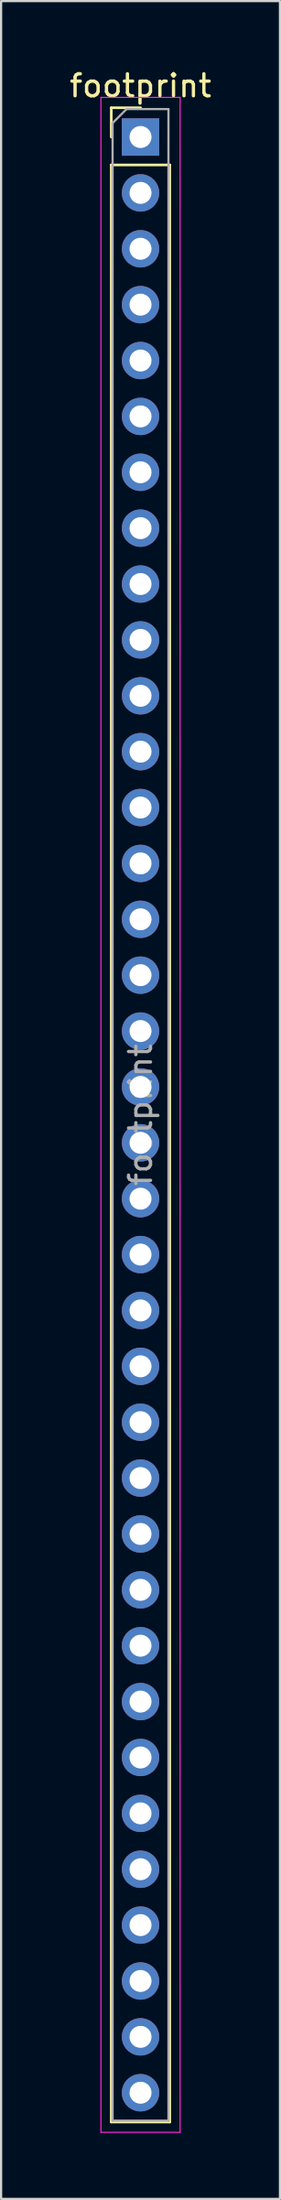
<source format=kicad_pcb>
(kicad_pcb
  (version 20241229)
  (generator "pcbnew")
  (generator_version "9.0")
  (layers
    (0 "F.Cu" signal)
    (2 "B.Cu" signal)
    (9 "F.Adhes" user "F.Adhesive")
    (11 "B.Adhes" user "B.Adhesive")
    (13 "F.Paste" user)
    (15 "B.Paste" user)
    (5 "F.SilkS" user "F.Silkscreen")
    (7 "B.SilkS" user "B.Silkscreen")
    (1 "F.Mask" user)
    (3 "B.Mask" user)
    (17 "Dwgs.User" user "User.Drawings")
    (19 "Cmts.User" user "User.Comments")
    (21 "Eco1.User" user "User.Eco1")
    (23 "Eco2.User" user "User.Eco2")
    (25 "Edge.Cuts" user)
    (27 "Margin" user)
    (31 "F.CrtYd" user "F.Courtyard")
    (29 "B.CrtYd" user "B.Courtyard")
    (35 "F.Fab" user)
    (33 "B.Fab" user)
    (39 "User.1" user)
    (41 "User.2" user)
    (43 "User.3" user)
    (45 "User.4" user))
  (footprint "footprint"
    (layer "F.Cu")
    (at 3.339 3.178)
    (property "Reference" "footprint" (at 0 -2.33 0) (layer "F.SilkS") (effects (font (size 1 1) (thickness 0.15))))
    (attr through_hole)
    (fp_line (start -1.33 -1.33) (end 0 -1.33) (stroke (width 0.12) (type solid)) (layer "F.SilkS"))
    (fp_line (start -1.33 0) (end -1.33 -1.33) (stroke (width 0.12) (type solid)) (layer "F.SilkS"))
    (fp_line (start -1.33 1.27) (end -1.33 90.23) (stroke (width 0.12) (type solid)) (layer "F.SilkS"))
    (fp_line (start -1.33 1.27) (end 1.33 1.27) (stroke (width 0.12) (type solid)) (layer "F.SilkS"))
    (fp_line (start -1.33 90.23) (end 1.33 90.23) (stroke (width 0.12) (type solid)) (layer "F.SilkS"))
    (fp_line (start 1.33 1.27) (end 1.33 90.23) (stroke (width 0.12) (type solid)) (layer "F.SilkS"))
    (fp_line (start -1.8 -1.8) (end -1.8 90.7) (stroke (width 0.05) (type solid)) (layer "F.CrtYd"))
    (fp_line (start -1.8 90.7) (end 1.8 90.7) (stroke (width 0.05) (type solid)) (layer "F.CrtYd"))
    (fp_line (start 1.8 -1.8) (end -1.8 -1.8) (stroke (width 0.05) (type solid)) (layer "F.CrtYd"))
    (fp_line (start 1.8 90.7) (end 1.8 -1.8) (stroke (width 0.05) (type solid)) (layer "F.CrtYd"))
    (fp_line (start -1.27 -0.635) (end -0.635 -1.27) (stroke (width 0.1) (type solid)) (layer "F.Fab"))
    (fp_line (start -1.27 90.17) (end -1.27 -0.635) (stroke (width 0.1) (type solid)) (layer "F.Fab"))
    (fp_line (start -0.635 -1.27) (end 1.27 -1.27) (stroke (width 0.1) (type solid)) (layer "F.Fab"))
    (fp_line (start 1.27 -1.27) (end 1.27 90.17) (stroke (width 0.1) (type solid)) (layer "F.Fab"))
    (fp_line (start 1.27 90.17) (end -1.27 90.17) (stroke (width 0.1) (type solid)) (layer "F.Fab"))
    (fp_text user "${REFERENCE}" (at 0 44.45 90) (layer "F.Fab") (effects (font (size 1 1) (thickness 0.15))))
    (pad "1" thru_hole rect (at 0 0) (size 1.7 1.7) (drill 1) (layers "*.Cu" "*.Mask"))
    (pad "2" thru_hole oval (at 0 2.54) (size 1.7 1.7) (drill 1) (layers "*.Cu" "*.Mask"))
    (pad "3" thru_hole oval (at 0 5.08) (size 1.7 1.7) (drill 1) (layers "*.Cu" "*.Mask"))
    (pad "4" thru_hole oval (at 0 7.62) (size 1.7 1.7) (drill 1) (layers "*.Cu" "*.Mask"))
    (pad "5" thru_hole oval (at 0 10.16) (size 1.7 1.7) (drill 1) (layers "*.Cu" "*.Mask"))
    (pad "6" thru_hole oval (at 0 12.7) (size 1.7 1.7) (drill 1) (layers "*.Cu" "*.Mask"))
    (pad "7" thru_hole oval (at 0 15.24) (size 1.7 1.7) (drill 1) (layers "*.Cu" "*.Mask"))
    (pad "8" thru_hole oval (at 0 17.78) (size 1.7 1.7) (drill 1) (layers "*.Cu" "*.Mask"))
    (pad "9" thru_hole oval (at 0 20.32) (size 1.7 1.7) (drill 1) (layers "*.Cu" "*.Mask"))
    (pad "10" thru_hole oval (at 0 22.86) (size 1.7 1.7) (drill 1) (layers "*.Cu" "*.Mask"))
    (pad "11" thru_hole oval (at 0 25.4) (size 1.7 1.7) (drill 1) (layers "*.Cu" "*.Mask"))
    (pad "12" thru_hole oval (at 0 27.94) (size 1.7 1.7) (drill 1) (layers "*.Cu" "*.Mask"))
    (pad "13" thru_hole oval (at 0 30.48) (size 1.7 1.7) (drill 1) (layers "*.Cu" "*.Mask"))
    (pad "14" thru_hole oval (at 0 33.02) (size 1.7 1.7) (drill 1) (layers "*.Cu" "*.Mask"))
    (pad "15" thru_hole oval (at 0 35.56) (size 1.7 1.7) (drill 1) (layers "*.Cu" "*.Mask"))
    (pad "16" thru_hole oval (at 0 38.1) (size 1.7 1.7) (drill 1) (layers "*.Cu" "*.Mask"))
    (pad "17" thru_hole oval (at 0 40.64) (size 1.7 1.7) (drill 1) (layers "*.Cu" "*.Mask"))
    (pad "18" thru_hole oval (at 0 43.18) (size 1.7 1.7) (drill 1) (layers "*.Cu" "*.Mask"))
    (pad "19" thru_hole oval (at 0 45.72) (size 1.7 1.7) (drill 1) (layers "*.Cu" "*.Mask"))
    (pad "20" thru_hole oval (at 0 48.26) (size 1.7 1.7) (drill 1) (layers "*.Cu" "*.Mask"))
    (pad "21" thru_hole oval (at 0 50.8) (size 1.7 1.7) (drill 1) (layers "*.Cu" "*.Mask"))
    (pad "22" thru_hole oval (at 0 53.34) (size 1.7 1.7) (drill 1) (layers "*.Cu" "*.Mask"))
    (pad "23" thru_hole oval (at 0 55.88) (size 1.7 1.7) (drill 1) (layers "*.Cu" "*.Mask"))
    (pad "24" thru_hole oval (at 0 58.42) (size 1.7 1.7) (drill 1) (layers "*.Cu" "*.Mask"))
    (pad "25" thru_hole oval (at 0 60.96) (size 1.7 1.7) (drill 1) (layers "*.Cu" "*.Mask"))
    (pad "26" thru_hole oval (at 0 63.5) (size 1.7 1.7) (drill 1) (layers "*.Cu" "*.Mask"))
    (pad "27" thru_hole oval (at 0 66.04) (size 1.7 1.7) (drill 1) (layers "*.Cu" "*.Mask"))
    (pad "28" thru_hole oval (at 0 68.58) (size 1.7 1.7) (drill 1) (layers "*.Cu" "*.Mask"))
    (pad "29" thru_hole oval (at 0 71.12) (size 1.7 1.7) (drill 1) (layers "*.Cu" "*.Mask"))
    (pad "30" thru_hole oval (at 0 73.66) (size 1.7 1.7) (drill 1) (layers "*.Cu" "*.Mask"))
    (pad "31" thru_hole oval (at 0 76.2) (size 1.7 1.7) (drill 1) (layers "*.Cu" "*.Mask"))
    (pad "32" thru_hole oval (at 0 78.74) (size 1.7 1.7) (drill 1) (layers "*.Cu" "*.Mask"))
    (pad "33" thru_hole oval (at 0 81.28) (size 1.7 1.7) (drill 1) (layers "*.Cu" "*.Mask"))
    (pad "34" thru_hole oval (at 0 83.82) (size 1.7 1.7) (drill 1) (layers "*.Cu" "*.Mask"))
    (pad "35" thru_hole oval (at 0 86.36) (size 1.7 1.7) (drill 1) (layers "*.Cu" "*.Mask"))
    (pad "36" thru_hole oval (at 0 88.9) (size 1.7 1.7) (drill 1) (layers "*.Cu" "*.Mask")))
  (gr_rect
    (start -3 -3)
    (end 9.679 96.903)
    (stroke (width 0.1) (type default))
    (fill no)
    (layer "Edge.Cuts")))
</source>
